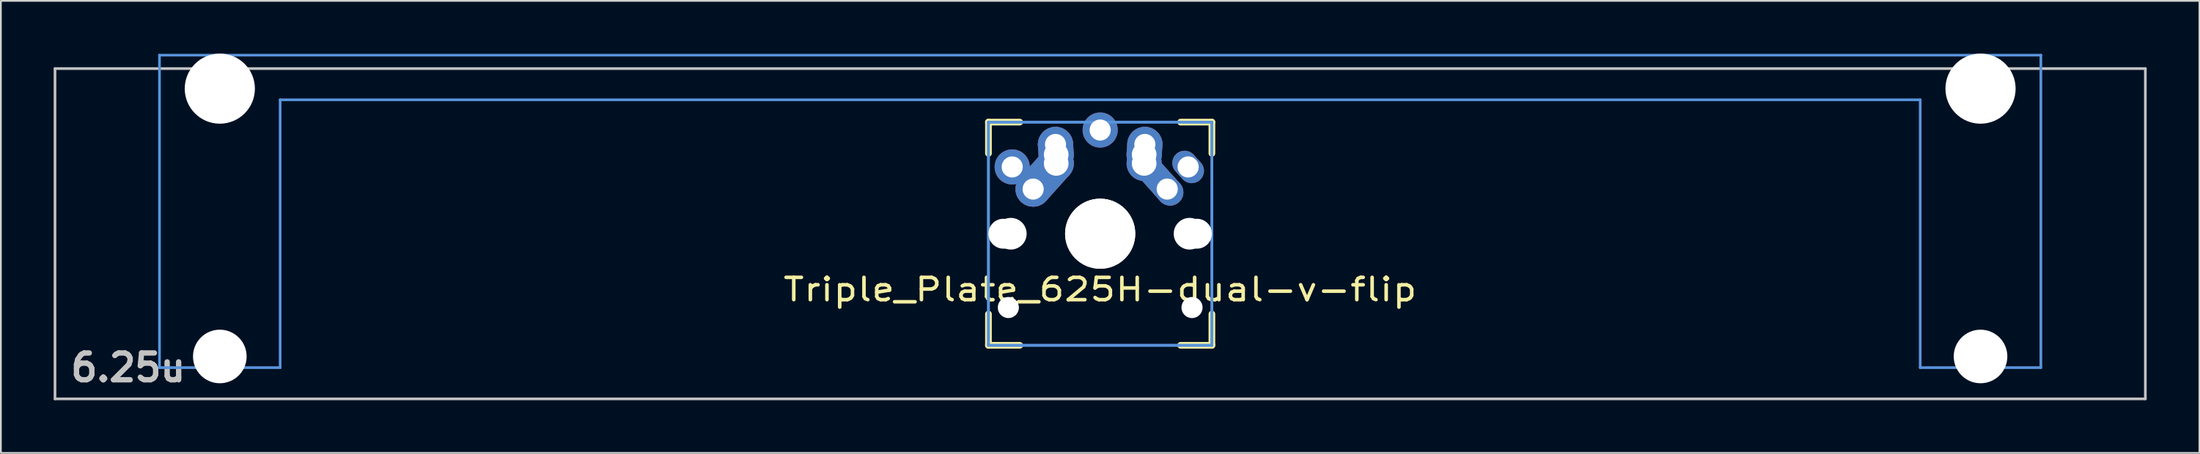
<source format=kicad_pcb>
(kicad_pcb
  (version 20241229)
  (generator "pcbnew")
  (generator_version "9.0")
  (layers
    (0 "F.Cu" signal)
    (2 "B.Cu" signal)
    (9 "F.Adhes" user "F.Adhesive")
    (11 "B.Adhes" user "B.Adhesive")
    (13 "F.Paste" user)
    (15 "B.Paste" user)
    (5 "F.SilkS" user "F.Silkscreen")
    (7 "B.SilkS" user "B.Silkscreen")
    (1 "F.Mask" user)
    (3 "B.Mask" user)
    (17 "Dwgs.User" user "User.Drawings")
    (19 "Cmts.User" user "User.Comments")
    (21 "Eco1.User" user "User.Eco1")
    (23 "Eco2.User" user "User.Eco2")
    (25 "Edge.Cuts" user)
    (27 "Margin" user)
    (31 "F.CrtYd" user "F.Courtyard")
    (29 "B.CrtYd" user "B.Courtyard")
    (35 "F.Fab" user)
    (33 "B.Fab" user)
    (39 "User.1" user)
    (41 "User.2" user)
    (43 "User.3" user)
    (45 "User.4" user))
  (footprint "Triple_Plate_625H-dual-v-flip"
    (layer "F.Cu")
    (at 59.482 10.249)
    (property "Reference" "Triple_Plate_625H-dual-v-flip" (at 0 3.175 0) (layer "F.SilkS") (effects (font (size 1.27 1.524) (thickness 0.203))))
    (attr through_hole)
    (fp_line (start -6.35 -6.35) (end -4.572 -6.35) (stroke (width 0.381) (type solid)) (layer "F.SilkS"))
    (fp_line (start -6.35 -4.572) (end -6.35 -6.35) (stroke (width 0.381) (type solid)) (layer "F.SilkS"))
    (fp_line (start -6.35 6.35) (end -6.35 4.572) (stroke (width 0.381) (type solid)) (layer "F.SilkS"))
    (fp_line (start -4.572 6.35) (end -6.35 6.35) (stroke (width 0.381) (type solid)) (layer "F.SilkS"))
    (fp_line (start 4.572 -6.35) (end 6.35 -6.35) (stroke (width 0.381) (type solid)) (layer "F.SilkS"))
    (fp_line (start 6.35 -6.35) (end 6.35 -4.572) (stroke (width 0.381) (type solid)) (layer "F.SilkS"))
    (fp_line (start 6.35 4.572) (end 6.35 6.35) (stroke (width 0.381) (type solid)) (layer "F.SilkS"))
    (fp_line (start 6.35 6.35) (end 4.572 6.35) (stroke (width 0.381) (type solid)) (layer "F.SilkS"))
    (fp_line (start -59.406 -9.398) (end 59.406 -9.398) (stroke (width 0.152) (type solid)) (layer "Dwgs.User"))
    (fp_line (start -59.406 9.398) (end -59.406 -9.398) (stroke (width 0.152) (type solid)) (layer "Dwgs.User"))
    (fp_line (start 59.406 -9.398) (end 59.406 9.398) (stroke (width 0.152) (type solid)) (layer "Dwgs.User"))
    (fp_line (start 59.406 9.398) (end -59.406 9.398) (stroke (width 0.152) (type solid)) (layer "Dwgs.User"))
    (fp_line (start -53.467 -10.16) (end -53.467 7.62) (stroke (width 0.152) (type solid)) (layer "Cmts.User"))
    (fp_line (start -53.467 7.62) (end -46.609 7.62) (stroke (width 0.152) (type solid)) (layer "Cmts.User"))
    (fp_line (start -46.609 -7.62) (end 46.609 -7.62) (stroke (width 0.152) (type solid)) (layer "Cmts.User"))
    (fp_line (start -46.609 7.62) (end -46.609 -7.62) (stroke (width 0.152) (type solid)) (layer "Cmts.User"))
    (fp_line (start -6.35 -6.35) (end 6.35 -6.35) (stroke (width 0.152) (type solid)) (layer "Cmts.User"))
    (fp_line (start -6.35 -6.35) (end 6.35 -6.35) (stroke (width 0.152) (type solid)) (layer "Cmts.User"))
    (fp_line (start -6.35 6.35) (end -6.35 -6.35) (stroke (width 0.152) (type solid)) (layer "Cmts.User"))
    (fp_line (start -6.35 6.35) (end -6.35 -6.35) (stroke (width 0.152) (type solid)) (layer "Cmts.User"))
    (fp_line (start 6.35 -6.35) (end 6.35 6.35) (stroke (width 0.152) (type solid)) (layer "Cmts.User"))
    (fp_line (start 6.35 -6.35) (end 6.35 6.35) (stroke (width 0.152) (type solid)) (layer "Cmts.User"))
    (fp_line (start 6.35 6.35) (end -6.35 6.35) (stroke (width 0.152) (type solid)) (layer "Cmts.User"))
    (fp_line (start 6.35 6.35) (end -6.35 6.35) (stroke (width 0.152) (type solid)) (layer "Cmts.User"))
    (fp_line (start 46.609 -7.62) (end 46.609 7.62) (stroke (width 0.152) (type solid)) (layer "Cmts.User"))
    (fp_line (start 46.609 7.62) (end 53.467 7.62) (stroke (width 0.152) (type solid)) (layer "Cmts.User"))
    (fp_line (start 53.467 -10.16) (end -53.467 -10.16) (stroke (width 0.152) (type solid)) (layer "Cmts.User"))
    (fp_line (start 53.467 7.62) (end 53.467 -10.16) (stroke (width 0.152) (type solid)) (layer "Cmts.User"))
    (fp_line (start -54.229 -0.508) (end -53.365 -0.508) (stroke (width 0.152) (type solid)) (layer "Eco2.User"))
    (fp_line (start -54.229 2.286) (end -54.229 -0.508) (stroke (width 0.152) (type solid)) (layer "Eco2.User"))
    (fp_line (start -53.365 -6.604) (end -52.324 -6.604) (stroke (width 0.152) (type solid)) (layer "Eco2.User"))
    (fp_line (start -53.365 -0.508) (end -53.365 -6.604) (stroke (width 0.152) (type solid)) (layer "Eco2.User"))
    (fp_line (start -53.365 2.286) (end -54.229 2.286) (stroke (width 0.152) (type solid)) (layer "Eco2.User"))
    (fp_line (start -53.365 5.69) (end -53.365 2.286) (stroke (width 0.152) (type solid)) (layer "Eco2.User"))
    (fp_line (start -52.324 -7.772) (end -47.752 -7.772) (stroke (width 0.152) (type solid)) (layer "Eco2.User"))
    (fp_line (start -52.324 -6.604) (end -52.324 -7.772) (stroke (width 0.152) (type solid)) (layer "Eco2.User"))
    (fp_line (start -47.752 -7.772) (end -47.752 -6.604) (stroke (width 0.152) (type solid)) (layer "Eco2.User"))
    (fp_line (start -47.752 -6.604) (end -46.711 -6.604) (stroke (width 0.152) (type solid)) (layer "Eco2.User"))
    (fp_line (start -46.711 -6.604) (end -46.711 -2.286) (stroke (width 0.152) (type solid)) (layer "Eco2.User"))
    (fp_line (start -46.711 -2.286) (end -6.985 -2.286) (stroke (width 0.152) (type solid)) (layer "Eco2.User"))
    (fp_line (start -46.711 2.286) (end -46.711 5.69) (stroke (width 0.152) (type solid)) (layer "Eco2.User"))
    (fp_line (start -46.711 5.69) (end -53.365 5.69) (stroke (width 0.152) (type solid)) (layer "Eco2.User"))
    (fp_line (start -7.5 -7.5) (end 7.5 -7.5) (stroke (width 0.152) (type solid)) (layer "Eco2.User"))
    (fp_line (start -7.5 7.5) (end -7.5 -7.5) (stroke (width 0.152) (type solid)) (layer "Eco2.User"))
    (fp_line (start -6.985 -6.985) (end 6.985 -6.985) (stroke (width 0.152) (type solid)) (layer "Eco2.User"))
    (fp_line (start -6.985 -6.985) (end 6.985 -6.985) (stroke (width 0.152) (type solid)) (layer "Eco2.User"))
    (fp_line (start -6.985 -2.286) (end -6.985 -6.985) (stroke (width 0.152) (type solid)) (layer "Eco2.User"))
    (fp_line (start -6.985 2.286) (end -46.711 2.286) (stroke (width 0.152) (type solid)) (layer "Eco2.User"))
    (fp_line (start -6.985 6.985) (end -6.985 -6.985) (stroke (width 0.152) (type solid)) (layer "Eco2.User"))
    (fp_line (start -6.985 6.985) (end -6.985 2.286) (stroke (width 0.152) (type solid)) (layer "Eco2.User"))
    (fp_line (start 6.985 -6.985) (end 6.985 -2.286) (stroke (width 0.152) (type solid)) (layer "Eco2.User"))
    (fp_line (start 6.985 -6.985) (end 6.985 6.985) (stroke (width 0.152) (type solid)) (layer "Eco2.User"))
    (fp_line (start 6.985 -2.286) (end 46.711 -2.286) (stroke (width 0.152) (type solid)) (layer "Eco2.User"))
    (fp_line (start 6.985 2.286) (end 6.985 6.985) (stroke (width 0.152) (type solid)) (layer "Eco2.User"))
    (fp_line (start 6.985 6.985) (end -6.985 6.985) (stroke (width 0.152) (type solid)) (layer "Eco2.User"))
    (fp_line (start 6.985 6.985) (end -6.985 6.985) (stroke (width 0.152) (type solid)) (layer "Eco2.User"))
    (fp_line (start 7.5 -7.5) (end 7.5 7.5) (stroke (width 0.152) (type solid)) (layer "Eco2.User"))
    (fp_line (start 7.5 7.5) (end -7.5 7.5) (stroke (width 0.152) (type solid)) (layer "Eco2.User"))
    (fp_line (start 46.711 -6.604) (end 47.752 -6.604) (stroke (width 0.152) (type solid)) (layer "Eco2.User"))
    (fp_line (start 46.711 -2.286) (end 46.711 -6.604) (stroke (width 0.152) (type solid)) (layer "Eco2.User"))
    (fp_line (start 46.711 2.286) (end 6.985 2.286) (stroke (width 0.152) (type solid)) (layer "Eco2.User"))
    (fp_line (start 46.711 5.69) (end 46.711 2.286) (stroke (width 0.152) (type solid)) (layer "Eco2.User"))
    (fp_line (start 47.752 -7.772) (end 52.324 -7.772) (stroke (width 0.152) (type solid)) (layer "Eco2.User"))
    (fp_line (start 47.752 -6.604) (end 47.752 -7.772) (stroke (width 0.152) (type solid)) (layer "Eco2.User"))
    (fp_line (start 52.324 -7.772) (end 52.324 -6.604) (stroke (width 0.152) (type solid)) (layer "Eco2.User"))
    (fp_line (start 52.324 -6.604) (end 53.365 -6.604) (stroke (width 0.152) (type solid)) (layer "Eco2.User"))
    (fp_line (start 53.365 -6.604) (end 53.365 -0.508) (stroke (width 0.152) (type solid)) (layer "Eco2.User"))
    (fp_line (start 53.365 -0.508) (end 54.229 -0.508) (stroke (width 0.152) (type solid)) (layer "Eco2.User"))
    (fp_line (start 53.365 2.286) (end 53.365 5.69) (stroke (width 0.152) (type solid)) (layer "Eco2.User"))
    (fp_line (start 53.365 5.69) (end 46.711 5.69) (stroke (width 0.152) (type solid)) (layer "Eco2.User"))
    (fp_line (start 54.229 -0.508) (end 54.229 2.286) (stroke (width 0.152) (type solid)) (layer "Eco2.User"))
    (fp_line (start 54.229 2.286) (end 53.365 2.286) (stroke (width 0.152) (type solid)) (layer "Eco2.User"))
    (fp_text user "6.25u" (at -55.245 7.62 180) (layer "Dwgs.User") (effects (font (size 1.524 1.524) (thickness 0.305))))
    (pad "" np_thru_hole circle (at -50.038 -8.255 180) (size 3.988 3.988) (drill 3.988) (layers "*.Cu"))
    (pad "" np_thru_hole circle (at -50.038 6.985 180) (size 3.048 3.048) (drill 3.048) (layers "*.Cu"))
    (pad "" np_thru_hole circle (at -5.5 0) (size 1.7 1.7) (drill 1.7) (layers "*.Cu"))
    (pad "" np_thru_hole circle (at -5.22 4.2) (size 1.2 1.2) (drill 1.2) (layers "*.Cu"))
    (pad "" np_thru_hole circle (at -5.08 0) (size 1.8 1.8) (drill 1.8) (layers "*.Cu"))
    (pad "" np_thru_hole circle (at 0 0) (size 3.988 3.988) (drill 3.988) (layers "*.Cu"))
    (pad "" np_thru_hole circle (at 0 0) (size 3.988 3.988) (drill 3.988) (layers "*.Cu"))
    (pad "" np_thru_hole circle (at 5.08 0) (size 1.8 1.8) (drill 1.8) (layers "*.Cu"))
    (pad "" np_thru_hole circle (at 5.22 4.2) (size 1.2 1.2) (drill 1.2) (layers "*.Cu"))
    (pad "" np_thru_hole circle (at 5.5 0) (size 1.7 1.7) (drill 1.7) (layers "*.Cu"))
    (pad "" np_thru_hole circle (at 50.038 -8.255 180) (size 3.988 3.988) (drill 3.988) (layers "*.Cu"))
    (pad "" np_thru_hole circle (at 50.038 6.985 180) (size 3.048 3.048) (drill 3.048) (layers "*.Cu"))
    (pad "1" thru_hole circle (at -5 -3.8 138.1) (size 2 2) (drill 1.2) (layers "*.Cu" "*.Mask"))
    (pad "1" thru_hole circle (at -3.81 -2.54) (size 2 2) (drill oval 1.2) (layers "*.Cu" "*.Mask"))
    (pad "1" smd oval (at -3.155 -3.27 138.1) (size 2 3.962) (layers "F.Cu" "F.Mask" "F.Paste"))
    (pad "1" smd oval (at -3.155 -3.27 138.1) (size 2 3.962) (layers "B.Cu" "B.Mask" "B.Paste"))
    (pad "1" thru_hole circle (at -2.54 -5.08 330.95) (size 2 2) (drill 1.2) (layers "*.Cu" "*.Mask"))
    (pad "1" smd oval (at -2.52 -4.79 3.945) (size 2 2.581) (layers "F.Cu" "F.Mask" "F.Paste"))
    (pad "1" smd oval (at -2.52 -4.79 3.945) (size 2 2.581) (layers "B.Cu" "B.Mask" "B.Paste"))
    (pad "1" thru_hole circle (at -2.5 -4.5 330.95) (size 2 2) (drill 1.4) (layers "*.Cu" "*.Mask"))
    (pad "1" thru_hole circle (at -2.5 -4 330.95) (size 2 2) (drill 1.4) (layers "*.Cu" "*.Mask"))
    (pad "1" thru_hole oval (at 5 -3.8 221.9) (size 1.4 2) (drill 1.2) (layers "*.Cu" "*.Mask"))
    (pad "2" thru_hole circle (at 0 -5.9) (size 2 2) (drill 1.2) (layers "*.Cu" "*.Mask"))
    (pad "2" thru_hole circle (at 2.5 -4.5 330.95) (size 2 2) (drill 1.4) (layers "*.Cu" "*.Mask"))
    (pad "2" thru_hole circle (at 2.5 -4) (size 2 2) (drill 1.4) (layers "*.Cu" "*.Mask"))
    (pad "2" smd oval (at 2.52 -4.79 356.055) (size 2 2.581) (layers "F.Cu" "F.Mask" "F.Paste"))
    (pad "2" smd oval (at 2.52 -4.79 356.055) (size 2 2.581) (layers "B.Cu" "B.Mask" "B.Paste"))
    (pad "2" thru_hole circle (at 2.54 -5.08 330.95) (size 2 2) (drill 1.2) (layers "*.Cu" "*.Mask"))
    (pad "2" smd oval (at 3.155 -3.27 221.9) (size 1.5 3.962) (layers "F.Cu" "F.Mask" "F.Paste"))
    (pad "2" smd oval (at 3.155 -3.27 221.9) (size 1.5 3.962) (layers "B.Cu" "B.Mask" "B.Paste"))
    (pad "2" thru_hole oval (at 3.81 -2.54 311.9) (size 2 1.5) (drill 1.2) (layers "*.Cu" "*.Mask")))
  (gr_rect
    (start -3 -3)
    (end 121.963 22.723)
    (stroke (width 0.1) (type default))
    (fill no)
    (layer "Edge.Cuts")))
</source>
